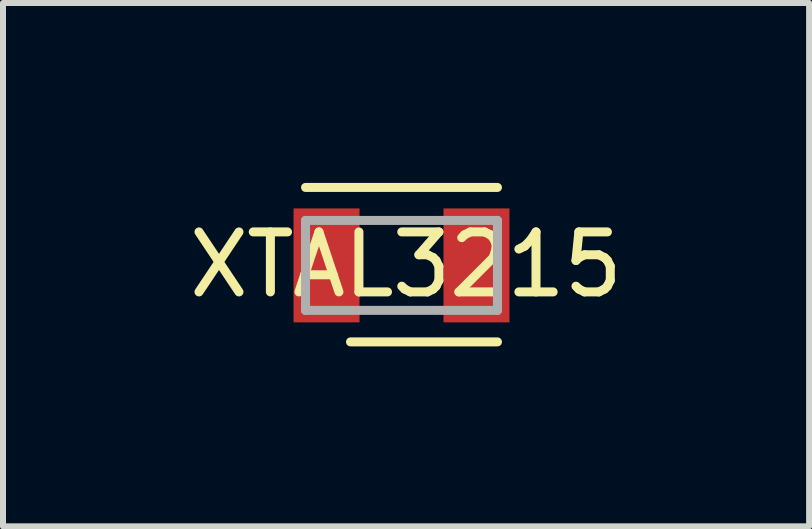
<source format=kicad_pcb>
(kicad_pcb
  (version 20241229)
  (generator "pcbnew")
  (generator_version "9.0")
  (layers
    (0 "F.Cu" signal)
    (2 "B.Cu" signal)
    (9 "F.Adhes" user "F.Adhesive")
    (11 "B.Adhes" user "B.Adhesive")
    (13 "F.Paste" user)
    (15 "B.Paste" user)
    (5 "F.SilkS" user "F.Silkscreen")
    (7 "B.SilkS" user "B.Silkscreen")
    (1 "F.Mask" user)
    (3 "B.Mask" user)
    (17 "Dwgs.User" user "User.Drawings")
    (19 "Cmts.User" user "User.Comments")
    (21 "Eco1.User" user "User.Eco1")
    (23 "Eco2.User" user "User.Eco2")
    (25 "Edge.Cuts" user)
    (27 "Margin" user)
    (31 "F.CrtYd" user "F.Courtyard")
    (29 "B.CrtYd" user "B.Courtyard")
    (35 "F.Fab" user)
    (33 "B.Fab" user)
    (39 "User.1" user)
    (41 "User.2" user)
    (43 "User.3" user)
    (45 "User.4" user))
  (footprint "XTAL3215"
    (layer "F.Cu")
    (at 3.644 1.375)
    (property "Reference" "XTAL3215" (at 0.076 -0.013 0) (layer "F.SilkS") (effects (font (size 1 1) (thickness 0.15))))
    (attr through_hole)
    (fp_line (start 1.6 -1.3) (end -1.6 -1.3) (stroke (width 0.15) (type solid)) (layer "F.SilkS"))
    (fp_line (start 1.6 1.275) (end -0.85 1.275) (stroke (width 0.15) (type solid)) (layer "F.SilkS"))
    (fp_line (start -1.6 -0.75) (end -1.6 0.75) (stroke (width 0.15) (type solid)) (layer "F.Fab"))
    (fp_line (start -1.6 -0.75) (end 1.6 -0.75) (stroke (width 0.15) (type solid)) (layer "F.Fab"))
    (fp_line (start -1.6 0.75) (end 1.6 0.75) (stroke (width 0.15) (type solid)) (layer "F.Fab"))
    (fp_line (start 1.6 0.75) (end 1.6 -0.75) (stroke (width 0.15) (type solid)) (layer "F.Fab"))
    (pad "1" smd rect (at -1.25 0) (size 1.1 1.9) (layers "F.Cu" "F.Mask" "F.Paste"))
    (pad "2" smd rect (at 1.25 0) (size 1.1 1.9) (layers "F.Cu" "F.Mask" "F.Paste")))
  (gr_rect
    (start -3 -3)
    (end 10.44 5.725)
    (stroke (width 0.1) (type default))
    (fill no)
    (layer "Edge.Cuts")))
</source>
